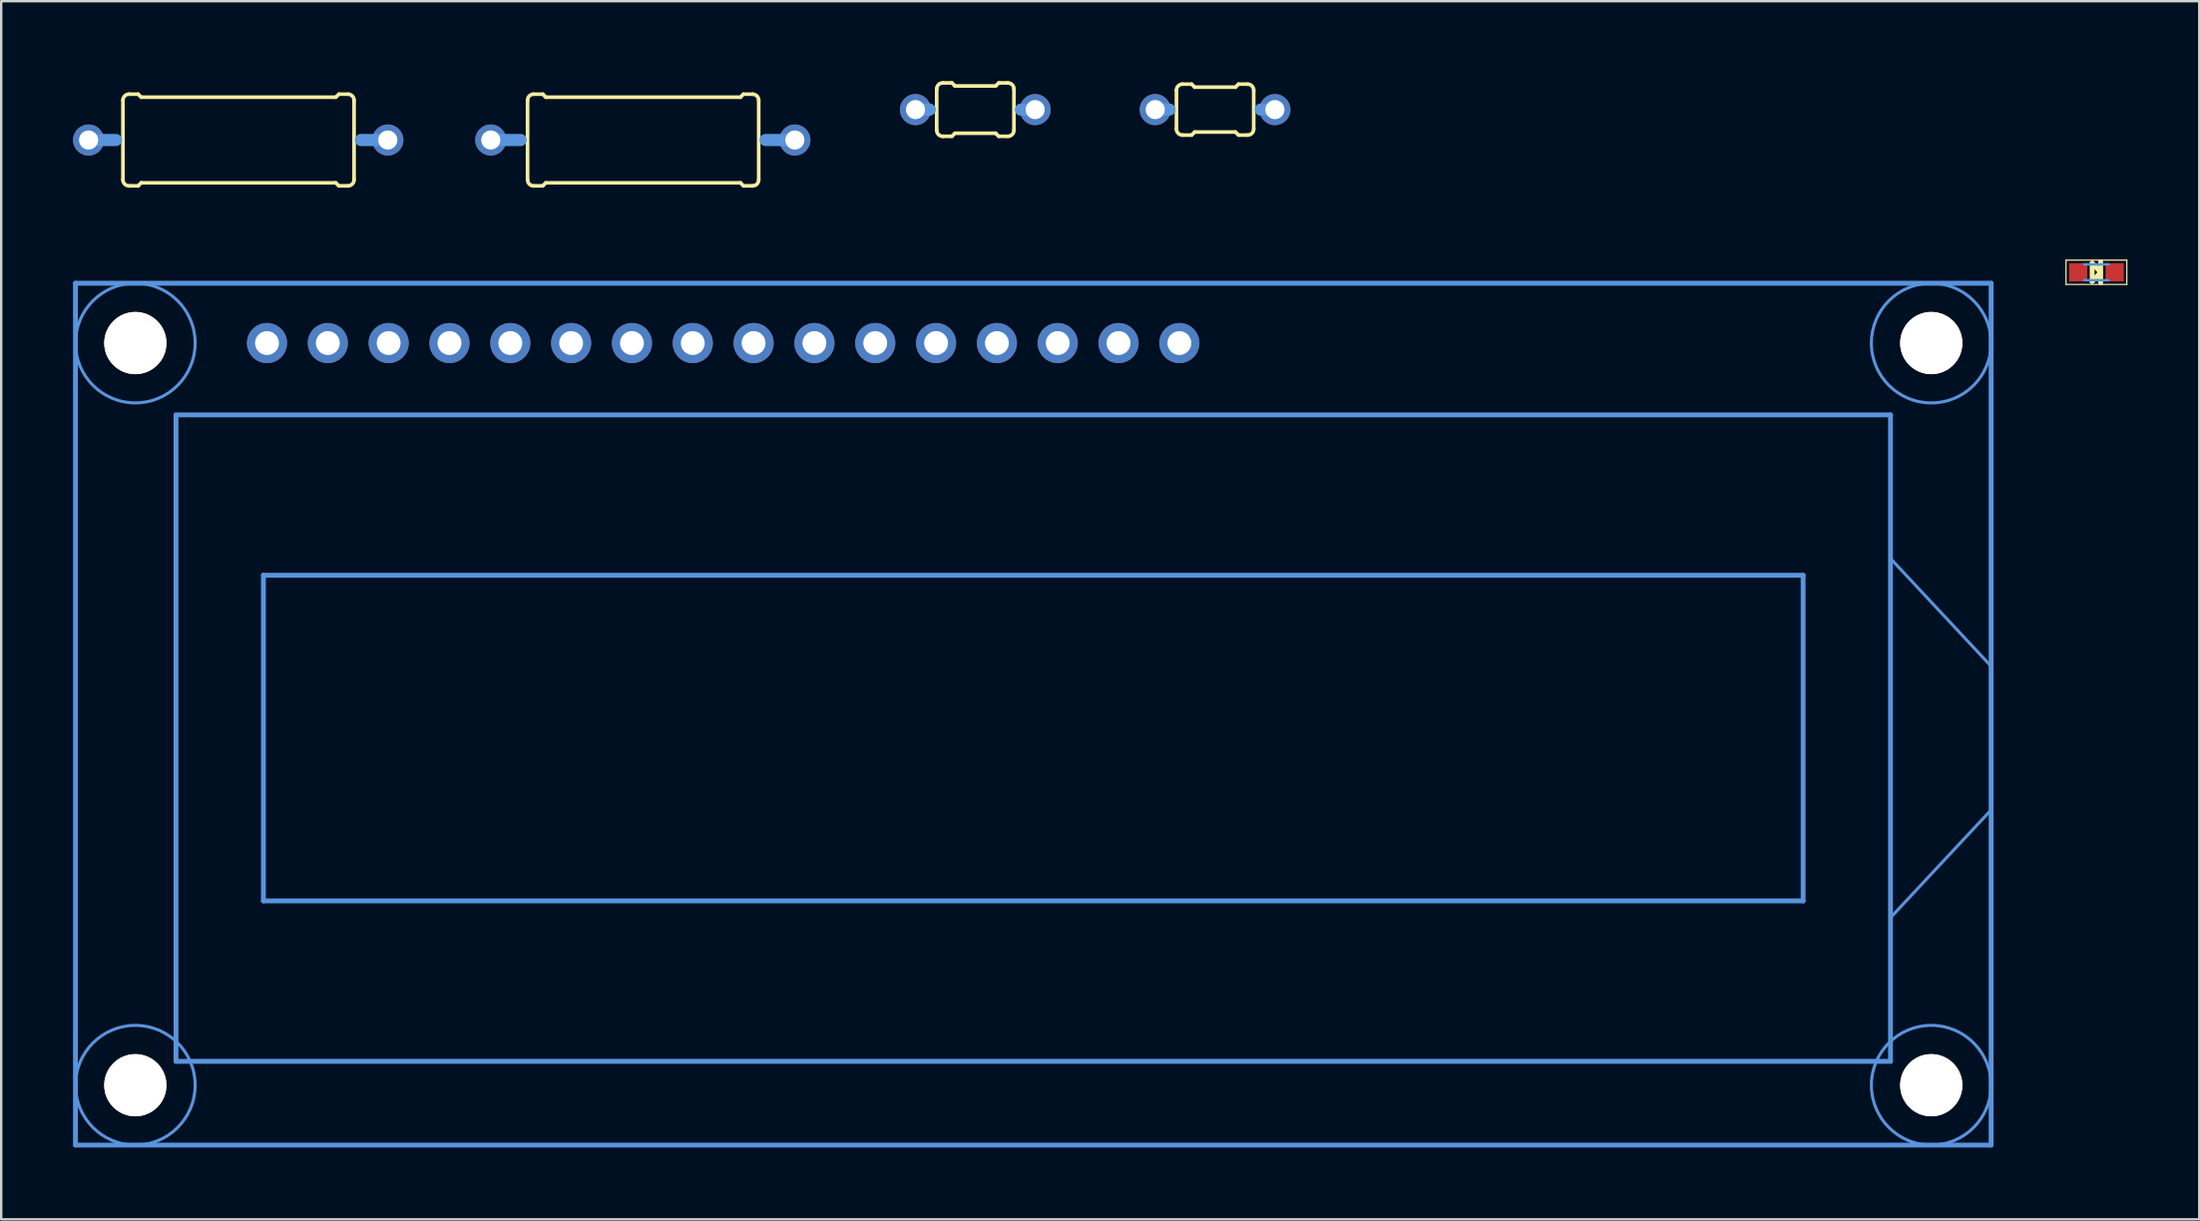
<source format=kicad_pcb>
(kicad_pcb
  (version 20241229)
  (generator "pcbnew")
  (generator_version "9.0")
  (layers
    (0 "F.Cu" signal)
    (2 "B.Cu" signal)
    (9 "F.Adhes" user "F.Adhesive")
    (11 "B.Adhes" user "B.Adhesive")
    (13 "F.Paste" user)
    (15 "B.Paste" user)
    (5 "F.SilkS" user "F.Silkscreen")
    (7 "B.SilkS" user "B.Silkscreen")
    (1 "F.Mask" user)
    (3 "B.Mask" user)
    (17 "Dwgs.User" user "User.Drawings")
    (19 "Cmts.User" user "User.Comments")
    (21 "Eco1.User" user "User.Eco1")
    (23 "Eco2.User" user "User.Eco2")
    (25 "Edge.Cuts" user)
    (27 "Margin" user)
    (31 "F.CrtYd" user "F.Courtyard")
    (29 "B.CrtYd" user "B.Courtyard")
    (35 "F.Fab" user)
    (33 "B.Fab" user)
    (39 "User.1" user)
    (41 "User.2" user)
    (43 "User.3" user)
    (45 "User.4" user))
  (footprint "LCD_16X2_REAR"
    (layer "F.Cu")
    (at 8.1 11.279)
    (property "Reference" "LCD_16X2_REAR" (at -0.14 -2.568 0) (layer "Eco1.User") (effects (font (size 1.27 1.27) (thickness 0.102))))
    (attr through_hole)
    (fp_line (start -7.998 -2.499) (end 71.999 -2.499) (stroke (width 0.203) (type solid)) (layer "Cmts.User"))
    (fp_line (start -7.998 33.498) (end -7.998 -2.499) (stroke (width 0.203) (type solid)) (layer "Cmts.User"))
    (fp_line (start -3.8 3) (end 67.798 3) (stroke (width 0.203) (type solid)) (layer "Cmts.User"))
    (fp_line (start -3.8 30) (end -3.8 3) (stroke (width 0.203) (type solid)) (layer "Cmts.User"))
    (fp_line (start -0.15 9.698) (end 64.148 9.698) (stroke (width 0.203) (type solid)) (layer "Cmts.User"))
    (fp_line (start -0.15 23.299) (end -0.15 9.698) (stroke (width 0.203) (type solid)) (layer "Cmts.User"))
    (fp_line (start 64.148 9.698) (end 64.148 23.299) (stroke (width 0.203) (type solid)) (layer "Cmts.User"))
    (fp_line (start 64.148 23.299) (end -0.15 23.299) (stroke (width 0.203) (type solid)) (layer "Cmts.User"))
    (fp_line (start 67.798 3) (end 67.798 30) (stroke (width 0.203) (type solid)) (layer "Cmts.User"))
    (fp_line (start 67.798 8.999) (end 71.999 13.498) (stroke (width 0.127) (type solid)) (layer "Cmts.User"))
    (fp_line (start 67.798 23.998) (end 71.999 19.5) (stroke (width 0.127) (type solid)) (layer "Cmts.User"))
    (fp_line (start 67.798 30) (end -3.8 30) (stroke (width 0.203) (type solid)) (layer "Cmts.User"))
    (fp_line (start 71.999 -2.499) (end 71.999 33.498) (stroke (width 0.203) (type solid)) (layer "Cmts.User"))
    (fp_line (start 71.999 33.498) (end -7.998 33.498) (stroke (width 0.203) (type solid)) (layer "Cmts.User"))
    (fp_circle (center -5.499 0) (end -3 0) (stroke (width 0.127) (type solid)) (fill no) (layer "Cmts.User"))
    (fp_circle (center -5.499 30.998) (end -3 30.998) (stroke (width 0.127) (type solid)) (fill no) (layer "Cmts.User"))
    (fp_circle (center 69.499 0) (end 71.999 0) (stroke (width 0.127) (type solid)) (fill no) (layer "Cmts.User"))
    (fp_circle (center 69.499 30.998) (end 71.999 30.998) (stroke (width 0.127) (type solid)) (fill no) (layer "Cmts.User"))
    (pad "" np_thru_hole circle (at -5.499 0) (size 2.598 2.598) (drill 2.598) (layers "*.Cu" "*.Mask" "F.SilkS"))
    (pad "" np_thru_hole circle (at -5.499 30.998) (size 2.598 2.598) (drill 2.598) (layers "*.Cu" "*.Mask" "F.SilkS"))
    (pad "" np_thru_hole circle (at 69.499 0) (size 2.598 2.598) (drill 2.598) (layers "*.Cu" "*.Mask" "F.SilkS"))
    (pad "" np_thru_hole circle (at 69.499 30.998) (size 2.598 2.598) (drill 2.598) (layers "*.Cu" "*.Mask" "F.SilkS"))
    (pad "1" thru_hole oval (at 0 0) (size 1.676 1.676) (drill 0.998) (layers "*.Cu" "*.Mask"))
    (pad "2" thru_hole oval (at 2.54 0) (size 1.676 1.676) (drill 0.998) (layers "*.Cu" "*.Mask"))
    (pad "3" thru_hole oval (at 5.08 0) (size 1.676 1.676) (drill 0.998) (layers "*.Cu" "*.Mask"))
    (pad "4" thru_hole oval (at 7.62 0) (size 1.676 1.676) (drill 0.998) (layers "*.Cu" "*.Mask"))
    (pad "5" thru_hole oval (at 10.16 0) (size 1.676 1.676) (drill 0.998) (layers "*.Cu" "*.Mask"))
    (pad "6" thru_hole oval (at 12.7 0) (size 1.676 1.676) (drill 0.998) (layers "*.Cu" "*.Mask"))
    (pad "7" thru_hole oval (at 15.24 0) (size 1.676 1.676) (drill 0.998) (layers "*.Cu" "*.Mask"))
    (pad "8" thru_hole oval (at 17.78 0) (size 1.676 1.676) (drill 0.998) (layers "*.Cu" "*.Mask"))
    (pad "9" thru_hole oval (at 20.32 0) (size 1.676 1.676) (drill 0.998) (layers "*.Cu" "*.Mask"))
    (pad "10" thru_hole oval (at 22.86 0) (size 1.676 1.676) (drill 0.998) (layers "*.Cu" "*.Mask"))
    (pad "11" thru_hole oval (at 25.4 0) (size 1.676 1.676) (drill 0.998) (layers "*.Cu" "*.Mask"))
    (pad "12" thru_hole oval (at 27.94 0) (size 1.676 1.676) (drill 0.998) (layers "*.Cu" "*.Mask"))
    (pad "13" thru_hole oval (at 30.48 0) (size 1.676 1.676) (drill 0.998) (layers "*.Cu" "*.Mask"))
    (pad "14" thru_hole oval (at 33.02 0) (size 1.676 1.676) (drill 0.998) (layers "*.Cu" "*.Mask"))
    (pad "15" thru_hole oval (at 35.56 0) (size 1.676 1.676) (drill 0.998) (layers "*.Cu" "*.Mask"))
    (pad "16" thru_hole oval (at 38.1 0) (size 1.676 1.676) (drill 0.998) (layers "*.Cu" "*.Mask")))
  (footprint "LAP02KR"
    (layer "F.Cu")
    (at 47.691 1.528)
    (property "Reference" "LAP02KR" (at -0.559 -0.775 0) (layer "Eco1.User") (effects (font (size 0.991 0.991) (thickness 0.099))))
    (attr through_hole)
    (fp_line (start -1.613 0.81) (end -1.613 -0.81) (stroke (width 0.152) (type solid)) (layer "F.SilkS"))
    (fp_line (start -1.359 -1.064) (end -0.978 -1.064) (stroke (width 0.152) (type solid)) (layer "F.SilkS"))
    (fp_line (start -1.359 1.064) (end -0.978 1.064) (stroke (width 0.152) (type solid)) (layer "F.SilkS"))
    (fp_line (start -0.851 -0.937) (end -0.978 -1.064) (stroke (width 0.152) (type solid)) (layer "F.SilkS"))
    (fp_line (start -0.851 0.937) (end -0.978 1.064) (stroke (width 0.152) (type solid)) (layer "F.SilkS"))
    (fp_line (start 0.851 -0.937) (end -0.851 -0.937) (stroke (width 0.152) (type solid)) (layer "F.SilkS"))
    (fp_line (start 0.851 -0.937) (end 0.978 -1.064) (stroke (width 0.152) (type solid)) (layer "F.SilkS"))
    (fp_line (start 0.851 0.937) (end -0.851 0.937) (stroke (width 0.152) (type solid)) (layer "F.SilkS"))
    (fp_line (start 0.851 0.937) (end 0.978 1.064) (stroke (width 0.152) (type solid)) (layer "F.SilkS"))
    (fp_line (start 1.359 -1.064) (end 0.978 -1.064) (stroke (width 0.152) (type solid)) (layer "F.SilkS"))
    (fp_line (start 1.359 1.064) (end 0.978 1.064) (stroke (width 0.152) (type solid)) (layer "F.SilkS"))
    (fp_line (start 1.613 0.81) (end 1.613 -0.81) (stroke (width 0.152) (type solid)) (layer "F.SilkS"))
    (fp_arc (start -1.6129 -0.81026) (mid -1.538505 -0.989865) (end -1.3589 -1.06426) (stroke (width 0.1524) (type solid)) (layer "F.SilkS"))
    (fp_arc (start -1.3589 1.06426) (mid -1.538505 0.989865) (end -1.6129 0.81026) (stroke (width 0.1524) (type solid)) (layer "F.SilkS"))
    (fp_arc (start 1.3589 -1.06426) (mid 1.538505 -0.989865) (end 1.6129 -0.81026) (stroke (width 0.1524) (type solid)) (layer "F.SilkS"))
    (fp_arc (start 1.6129 0.81026) (mid 1.538505 0.989865) (end 1.3589 1.06426) (stroke (width 0.1524) (type solid)) (layer "F.SilkS"))
    (fp_line (start -2.499 0) (end -1.905 0) (stroke (width 0.508) (type solid)) (layer "Cmts.User"))
    (fp_line (start 2.499 0) (end 1.905 0) (stroke (width 0.508) (type solid)) (layer "Cmts.User"))
    (pad "1" thru_hole oval (at -2.499 0) (size 1.298 1.298) (drill 0.798) (layers "*.Cu" "*.Mask"))
    (pad "2" thru_hole oval (at 2.499 0) (size 1.298 1.298) (drill 0.798) (layers "*.Cu" "*.Mask")))
  (footprint "LAN02KR"
    (layer "F.Cu")
    (at 37.679 1.528)
    (property "Reference" "LAN02KR" (at -0.559 -0.775 0) (layer "Eco1.User") (effects (font (size 0.991 0.991) (thickness 0.099))))
    (attr through_hole)
    (fp_line (start -1.613 0.861) (end -1.613 -0.861) (stroke (width 0.152) (type solid)) (layer "F.SilkS"))
    (fp_line (start -1.359 -1.115) (end -0.978 -1.115) (stroke (width 0.152) (type solid)) (layer "F.SilkS"))
    (fp_line (start -1.359 1.115) (end -0.978 1.115) (stroke (width 0.152) (type solid)) (layer "F.SilkS"))
    (fp_line (start -0.851 -0.988) (end -0.978 -1.115) (stroke (width 0.152) (type solid)) (layer "F.SilkS"))
    (fp_line (start -0.851 0.988) (end -0.978 1.115) (stroke (width 0.152) (type solid)) (layer "F.SilkS"))
    (fp_line (start 0.851 -0.988) (end -0.851 -0.988) (stroke (width 0.152) (type solid)) (layer "F.SilkS"))
    (fp_line (start 0.851 -0.988) (end 0.978 -1.115) (stroke (width 0.152) (type solid)) (layer "F.SilkS"))
    (fp_line (start 0.851 0.988) (end -0.851 0.988) (stroke (width 0.152) (type solid)) (layer "F.SilkS"))
    (fp_line (start 0.851 0.988) (end 0.978 1.115) (stroke (width 0.152) (type solid)) (layer "F.SilkS"))
    (fp_line (start 1.359 -1.115) (end 0.978 -1.115) (stroke (width 0.152) (type solid)) (layer "F.SilkS"))
    (fp_line (start 1.359 1.115) (end 0.978 1.115) (stroke (width 0.152) (type solid)) (layer "F.SilkS"))
    (fp_line (start 1.613 0.861) (end 1.613 -0.861) (stroke (width 0.152) (type solid)) (layer "F.SilkS"))
    (fp_arc (start -1.6129 -0.86106) (mid -1.538505 -1.040665) (end -1.3589 -1.11506) (stroke (width 0.1524) (type solid)) (layer "F.SilkS"))
    (fp_arc (start -1.3589 1.11506) (mid -1.538505 1.040665) (end -1.6129 0.86106) (stroke (width 0.1524) (type solid)) (layer "F.SilkS"))
    (fp_arc (start 1.3589 -1.11506) (mid 1.538505 -1.040665) (end 1.6129 -0.86106) (stroke (width 0.1524) (type solid)) (layer "F.SilkS"))
    (fp_arc (start 1.6129 0.86106) (mid 1.538505 1.040665) (end 1.3589 1.11506) (stroke (width 0.1524) (type solid)) (layer "F.SilkS"))
    (fp_line (start -2.499 0) (end -1.905 0) (stroke (width 0.508) (type solid)) (layer "Cmts.User"))
    (fp_line (start 2.499 0) (end 1.905 0) (stroke (width 0.508) (type solid)) (layer "Cmts.User"))
    (pad "1" thru_hole oval (at -2.499 0) (size 1.298 1.298) (drill 0.798) (layers "*.Cu" "*.Mask"))
    (pad "2" thru_hole oval (at 2.499 0) (size 1.298 1.298) (drill 0.798) (layers "*.Cu" "*.Mask")))
  (footprint "LAL04"
    (layer "F.Cu")
    (at 23.794 2.798)
    (property "Reference" "LAL04" (at -2.464 -2.045 0) (layer "Eco1.User") (effects (font (size 0.991 0.991) (thickness 0.099))))
    (attr through_hole)
    (fp_line (start -4.813 1.661) (end -4.813 -1.661) (stroke (width 0.152) (type solid)) (layer "F.SilkS"))
    (fp_line (start -4.559 -1.915) (end -4.178 -1.915) (stroke (width 0.152) (type solid)) (layer "F.SilkS"))
    (fp_line (start -4.559 1.915) (end -4.178 1.915) (stroke (width 0.152) (type solid)) (layer "F.SilkS"))
    (fp_line (start -4.051 -1.788) (end -4.178 -1.915) (stroke (width 0.152) (type solid)) (layer "F.SilkS"))
    (fp_line (start -4.051 1.788) (end -4.178 1.915) (stroke (width 0.152) (type solid)) (layer "F.SilkS"))
    (fp_line (start 4.077 -1.788) (end -4.051 -1.788) (stroke (width 0.152) (type solid)) (layer "F.SilkS"))
    (fp_line (start 4.077 -1.788) (end 4.204 -1.915) (stroke (width 0.152) (type solid)) (layer "F.SilkS"))
    (fp_line (start 4.077 1.788) (end -4.051 1.788) (stroke (width 0.152) (type solid)) (layer "F.SilkS"))
    (fp_line (start 4.077 1.788) (end 4.204 1.915) (stroke (width 0.152) (type solid)) (layer "F.SilkS"))
    (fp_line (start 4.585 -1.915) (end 4.204 -1.915) (stroke (width 0.152) (type solid)) (layer "F.SilkS"))
    (fp_line (start 4.585 1.915) (end 4.204 1.915) (stroke (width 0.152) (type solid)) (layer "F.SilkS"))
    (fp_line (start 4.839 1.661) (end 4.839 -1.661) (stroke (width 0.152) (type solid)) (layer "F.SilkS"))
    (fp_arc (start -4.8133 -1.66116) (mid -4.738905 -1.840765) (end -4.5593 -1.91516) (stroke (width 0.1524) (type solid)) (layer "F.SilkS"))
    (fp_arc (start -4.5593 1.91516) (mid -4.738905 1.840765) (end -4.8133 1.66116) (stroke (width 0.1524) (type solid)) (layer "F.SilkS"))
    (fp_arc (start 4.5847 -1.91516) (mid 4.764305 -1.840765) (end 4.8387 -1.66116) (stroke (width 0.1524) (type solid)) (layer "F.SilkS"))
    (fp_arc (start 4.8387 1.66116) (mid 4.764305 1.840765) (end 4.5847 1.91516) (stroke (width 0.1524) (type solid)) (layer "F.SilkS"))
    (fp_line (start -6.35 0) (end -5.103 0) (stroke (width 0.508) (type solid)) (layer "Cmts.User"))
    (fp_line (start 6.35 0) (end 5.128 0) (stroke (width 0.508) (type solid)) (layer "Cmts.User"))
    (pad "1" thru_hole oval (at -6.35 0) (size 1.298 1.298) (drill 0.798) (layers "*.Cu" "*.Mask"))
    (pad "2" thru_hole oval (at 6.35 0) (size 1.298 1.298) (drill 0.798) (layers "*.Cu" "*.Mask")))
  (footprint "LED-0603"
    (layer "F.Cu")
    (at 84.496 8.323)
    (property "Reference" "LED-0603" (at 0 -0.35 0) (layer "Eco1.User") (effects (font (size 0.2 0.2) (thickness 0.03))))
    (attr through_hole)
    (fp_line (start -1.27 -0.508) (end 1.27 -0.508) (stroke (width 0.051) (type solid)) (layer "F.SilkS"))
    (fp_line (start -1.27 0.508) (end -1.27 -0.508) (stroke (width 0.051) (type solid)) (layer "F.SilkS"))
    (fp_line (start -0.178 -0.381) (end -0.178 0.381) (stroke (width 0.203) (type solid)) (layer "F.SilkS"))
    (fp_line (start 0.178 -0.432) (end 0.178 0) (stroke (width 0.203) (type solid)) (layer "F.SilkS"))
    (fp_line (start 0.178 0) (end -0.178 -0.381) (stroke (width 0.203) (type solid)) (layer "F.SilkS"))
    (fp_line (start 0.178 0) (end -0.178 0.381) (stroke (width 0.203) (type solid)) (layer "F.SilkS"))
    (fp_line (start 0.178 0.432) (end 0.178 0) (stroke (width 0.203) (type solid)) (layer "F.SilkS"))
    (fp_line (start 1.27 -0.508) (end 1.27 0.508) (stroke (width 0.051) (type solid)) (layer "F.SilkS"))
    (fp_line (start 1.27 0.508) (end -1.27 0.508) (stroke (width 0.051) (type solid)) (layer "F.SilkS"))
    (fp_line (start -0.508 -0.33) (end 0.508 -0.33) (stroke (width 0.102) (type solid)) (layer "Cmts.User"))
    (fp_line (start -0.508 0.33) (end 0.508 0.33) (stroke (width 0.102) (type solid)) (layer "Cmts.User"))
    (pad "A" smd rect (at -0.762 0) (size 0.762 0.762) (layers "F.Cu" "F.Mask" "F.Paste"))
    (pad "K" smd rect (at 0.762 0) (size 0.762 0.762) (layers "F.Cu" "F.Mask" "F.Paste")))
  (footprint "LAL04KB"
    (layer "F.Cu")
    (at 6.897 2.798)
    (property "Reference" "LAL04KB" (at -2.464 -2.045 0) (layer "Eco1.User") (effects (font (size 0.991 0.991) (thickness 0.099))))
    (attr through_hole)
    (fp_line (start -4.813 1.661) (end -4.813 -1.661) (stroke (width 0.152) (type solid)) (layer "F.SilkS"))
    (fp_line (start -4.559 -1.915) (end -4.178 -1.915) (stroke (width 0.152) (type solid)) (layer "F.SilkS"))
    (fp_line (start -4.559 1.915) (end -4.178 1.915) (stroke (width 0.152) (type solid)) (layer "F.SilkS"))
    (fp_line (start -4.051 -1.788) (end -4.178 -1.915) (stroke (width 0.152) (type solid)) (layer "F.SilkS"))
    (fp_line (start -4.051 1.788) (end -4.178 1.915) (stroke (width 0.152) (type solid)) (layer "F.SilkS"))
    (fp_line (start 4.077 -1.788) (end -4.051 -1.788) (stroke (width 0.152) (type solid)) (layer "F.SilkS"))
    (fp_line (start 4.077 -1.788) (end 4.204 -1.915) (stroke (width 0.152) (type solid)) (layer "F.SilkS"))
    (fp_line (start 4.077 1.788) (end -4.051 1.788) (stroke (width 0.152) (type solid)) (layer "F.SilkS"))
    (fp_line (start 4.077 1.788) (end 4.204 1.915) (stroke (width 0.152) (type solid)) (layer "F.SilkS"))
    (fp_line (start 4.585 -1.915) (end 4.204 -1.915) (stroke (width 0.152) (type solid)) (layer "F.SilkS"))
    (fp_line (start 4.585 1.915) (end 4.204 1.915) (stroke (width 0.152) (type solid)) (layer "F.SilkS"))
    (fp_line (start 4.839 1.661) (end 4.839 -1.661) (stroke (width 0.152) (type solid)) (layer "F.SilkS"))
    (fp_arc (start -4.8133 -1.66116) (mid -4.738905 -1.840765) (end -4.5593 -1.91516) (stroke (width 0.1524) (type solid)) (layer "F.SilkS"))
    (fp_arc (start -4.5593 1.91516) (mid -4.738905 1.840765) (end -4.8133 1.66116) (stroke (width 0.1524) (type solid)) (layer "F.SilkS"))
    (fp_arc (start 4.5847 -1.91516) (mid 4.764305 -1.840765) (end 4.8387 -1.66116) (stroke (width 0.1524) (type solid)) (layer "F.SilkS"))
    (fp_arc (start 4.8387 1.66116) (mid 4.764305 1.840765) (end 4.5847 1.91516) (stroke (width 0.1524) (type solid)) (layer "F.SilkS"))
    (fp_line (start -6.248 0) (end -5.103 0) (stroke (width 0.508) (type solid)) (layer "Cmts.User"))
    (fp_line (start 6.248 0) (end 5.128 0) (stroke (width 0.508) (type solid)) (layer "Cmts.User"))
    (pad "1" thru_hole oval (at -6.248 0) (size 1.298 1.298) (drill 0.798) (layers "*.Cu" "*.Mask"))
    (pad "2" thru_hole oval (at 6.248 0) (size 1.298 1.298) (drill 0.798) (layers "*.Cu" "*.Mask")))
  (gr_rect
    (start -3 -3)
    (end 88.791 47.878)
    (stroke (width 0.1) (type default))
    (fill no)
    (layer "Edge.Cuts")))
</source>
